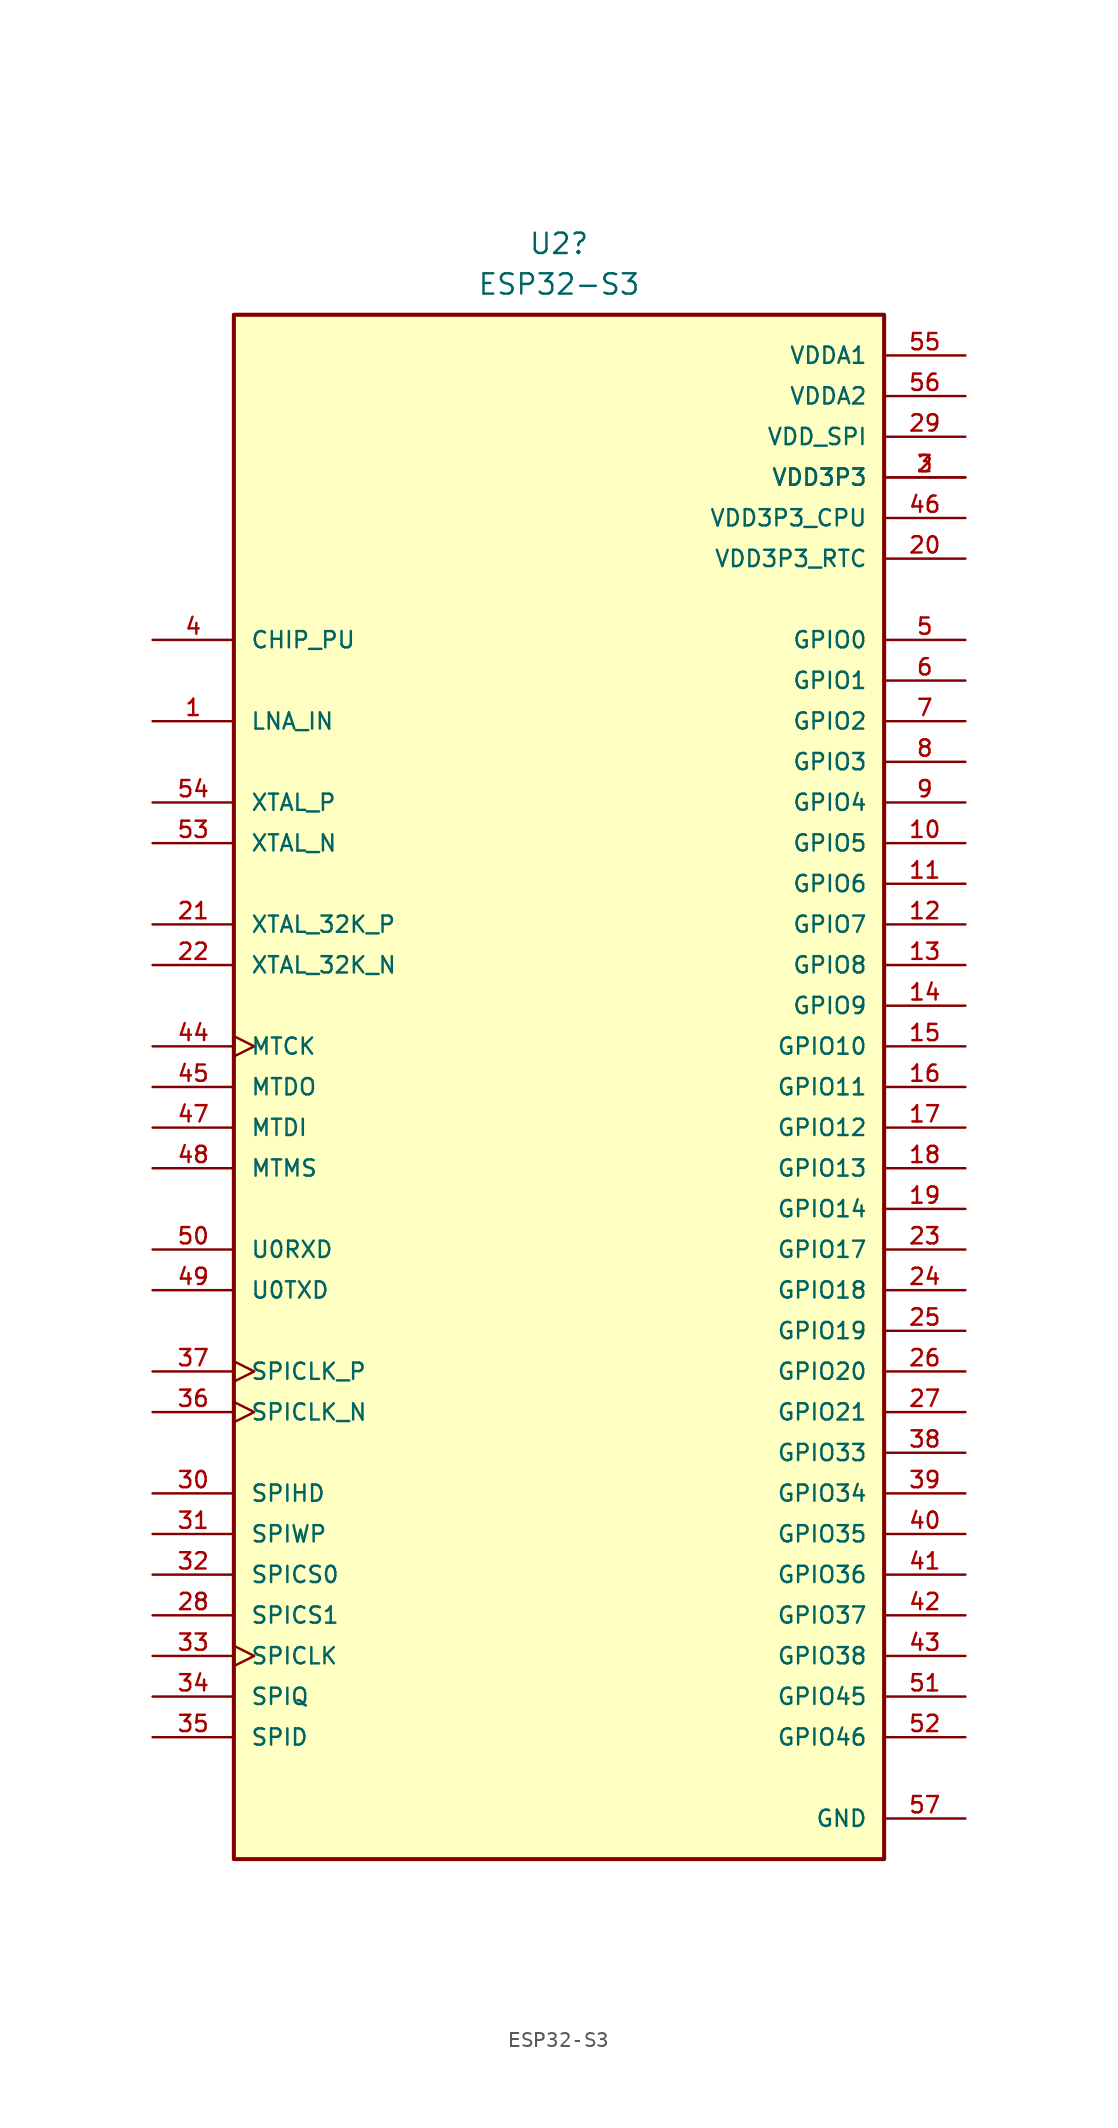
<source format=kicad_sym>
(kicad_symbol_lib
  (version 20220914)
  (generator kicad_symbol_editor)
  (symbol "ESP32-S3"
    (pin_names
      (offset 1.016))
    (property "Reference" "U2"
      (at 0 52.705 0)
      (effects (font (size 1.27 1.27))))
    (property "Value" "ESP32-S3"
      (at 0 50.165 0)
      (effects (font (size 1.27 1.27))))
    (property "ki_locked" ""
      (at 0 0 0)
      (effects (font (size 1.27 1.27))))
    (symbol "ESP32-S3_0_0"
      (rectangle (start -20.32 -48.26) (end 20.32 48.26) (stroke (width 0.254) (type solid)) (fill (type background)))
      (pin bidirectional line (at -25.4 22.86 0) (length 5.08) (name "LNA_IN" (effects (font (size 1.016 1.016)))) (number "1" (effects (font (size 1.016 1.016)))))
      (pin bidirectional line (at 25.4 15.24 180) (length 5.08) (name "GPIO5" (effects (font (size 1.016 1.016)))) (number "10" (effects (font (size 1.016 1.016)))))
      (pin bidirectional line (at 25.4 12.7 180) (length 5.08) (name "GPIO6" (effects (font (size 1.016 1.016)))) (number "11" (effects (font (size 1.016 1.016)))))
      (pin bidirectional line (at 25.4 10.16 180) (length 5.08) (name "GPIO7" (effects (font (size 1.016 1.016)))) (number "12" (effects (font (size 1.016 1.016)))))
      (pin bidirectional line (at 25.4 7.62 180) (length 5.08) (name "GPIO8" (effects (font (size 1.016 1.016)))) (number "13" (effects (font (size 1.016 1.016)))))
      (pin bidirectional line (at 25.4 5.08 180) (length 5.08) (name "GPIO9" (effects (font (size 1.016 1.016)))) (number "14" (effects (font (size 1.016 1.016)))))
      (pin bidirectional line (at 25.4 2.54 180) (length 5.08) (name "GPIO10" (effects (font (size 1.016 1.016)))) (number "15" (effects (font (size 1.016 1.016)))))
      (pin bidirectional line (at 25.4 0 180) (length 5.08) (name "GPIO11" (effects (font (size 1.016 1.016)))) (number "16" (effects (font (size 1.016 1.016)))))
      (pin bidirectional line (at 25.4 -2.54 180) (length 5.08) (name "GPIO12" (effects (font (size 1.016 1.016)))) (number "17" (effects (font (size 1.016 1.016)))))
      (pin bidirectional line (at 25.4 -5.08 180) (length 5.08) (name "GPIO13" (effects (font (size 1.016 1.016)))) (number "18" (effects (font (size 1.016 1.016)))))
      (pin bidirectional line (at 25.4 -7.62 180) (length 5.08) (name "GPIO14" (effects (font (size 1.016 1.016)))) (number "19" (effects (font (size 1.016 1.016)))))
      (pin power_in line (at 25.4 38.1 180) (length 5.08) (name "VDD3P3" (effects (font (size 1.016 1.016)))) (number "2" (effects (font (size 1.016 1.016)))))
      (pin power_in line (at 25.4 33.02 180) (length 5.08) (name "VDD3P3_RTC" (effects (font (size 1.016 1.016)))) (number "20" (effects (font (size 1.016 1.016)))))
      (pin bidirectional line (at -25.4 10.16 0) (length 5.08) (name "XTAL_32K_P" (effects (font (size 1.016 1.016)))) (number "21" (effects (font (size 1.016 1.016)))))
      (pin bidirectional line (at -25.4 7.62 0) (length 5.08) (name "XTAL_32K_N" (effects (font (size 1.016 1.016)))) (number "22" (effects (font (size 1.016 1.016)))))
      (pin bidirectional line (at 25.4 -10.16 180) (length 5.08) (name "GPIO17" (effects (font (size 1.016 1.016)))) (number "23" (effects (font (size 1.016 1.016)))))
      (pin bidirectional line (at 25.4 -12.7 180) (length 5.08) (name "GPIO18" (effects (font (size 1.016 1.016)))) (number "24" (effects (font (size 1.016 1.016)))))
      (pin bidirectional line (at 25.4 -15.24 180) (length 5.08) (name "GPIO19" (effects (font (size 1.016 1.016)))) (number "25" (effects (font (size 1.016 1.016)))))
      (pin bidirectional line (at 25.4 -17.78 180) (length 5.08) (name "GPIO20" (effects (font (size 1.016 1.016)))) (number "26" (effects (font (size 1.016 1.016)))))
      (pin bidirectional line (at 25.4 -20.32 180) (length 5.08) (name "GPIO21" (effects (font (size 1.016 1.016)))) (number "27" (effects (font (size 1.016 1.016)))))
      (pin bidirectional line (at -25.4 -33.02 0) (length 5.08) (name "SPICS1" (effects (font (size 1.016 1.016)))) (number "28" (effects (font (size 1.016 1.016)))))
      (pin power_in line (at 25.4 40.64 180) (length 5.08) (name "VDD_SPI" (effects (font (size 1.016 1.016)))) (number "29" (effects (font (size 1.016 1.016)))))
      (pin power_in line (at 25.4 38.1 180) (length 5.08) (name "VDD3P3" (effects (font (size 1.016 1.016)))) (number "3" (effects (font (size 1.016 1.016)))))
      (pin bidirectional line (at -25.4 -25.4 0) (length 5.08) (name "SPIHD" (effects (font (size 1.016 1.016)))) (number "30" (effects (font (size 1.016 1.016)))))
      (pin bidirectional line (at -25.4 -27.94 0) (length 5.08) (name "SPIWP" (effects (font (size 1.016 1.016)))) (number "31" (effects (font (size 1.016 1.016)))))
      (pin bidirectional line (at -25.4 -30.48 0) (length 5.08) (name "SPICS0" (effects (font (size 1.016 1.016)))) (number "32" (effects (font (size 1.016 1.016)))))
      (pin bidirectional clock (at -25.4 -35.56 0) (length 5.08) (name "SPICLK" (effects (font (size 1.016 1.016)))) (number "33" (effects (font (size 1.016 1.016)))))
      (pin bidirectional line (at -25.4 -38.1 0) (length 5.08) (name "SPIQ" (effects (font (size 1.016 1.016)))) (number "34" (effects (font (size 1.016 1.016)))))
      (pin bidirectional line (at -25.4 -40.64 0) (length 5.08) (name "SPID" (effects (font (size 1.016 1.016)))) (number "35" (effects (font (size 1.016 1.016)))))
      (pin bidirectional clock (at -25.4 -20.32 0) (length 5.08) (name "SPICLK_N" (effects (font (size 1.016 1.016)))) (number "36" (effects (font (size 1.016 1.016)))))
      (pin bidirectional clock (at -25.4 -17.78 0) (length 5.08) (name "SPICLK_P" (effects (font (size 1.016 1.016)))) (number "37" (effects (font (size 1.016 1.016)))))
      (pin bidirectional line (at 25.4 -22.86 180) (length 5.08) (name "GPIO33" (effects (font (size 1.016 1.016)))) (number "38" (effects (font (size 1.016 1.016)))))
      (pin bidirectional line (at 25.4 -25.4 180) (length 5.08) (name "GPIO34" (effects (font (size 1.016 1.016)))) (number "39" (effects (font (size 1.016 1.016)))))
      (pin input line (at -25.4 27.94 0) (length 5.08) (name "CHIP_PU" (effects (font (size 1.016 1.016)))) (number "4" (effects (font (size 1.016 1.016)))))
      (pin bidirectional line (at 25.4 -27.94 180) (length 5.08) (name "GPIO35" (effects (font (size 1.016 1.016)))) (number "40" (effects (font (size 1.016 1.016)))))
      (pin bidirectional line (at 25.4 -30.48 180) (length 5.08) (name "GPIO36" (effects (font (size 1.016 1.016)))) (number "41" (effects (font (size 1.016 1.016)))))
      (pin bidirectional line (at 25.4 -33.02 180) (length 5.08) (name "GPIO37" (effects (font (size 1.016 1.016)))) (number "42" (effects (font (size 1.016 1.016)))))
      (pin bidirectional line (at 25.4 -35.56 180) (length 5.08) (name "GPIO38" (effects (font (size 1.016 1.016)))) (number "43" (effects (font (size 1.016 1.016)))))
      (pin bidirectional clock (at -25.4 2.54 0) (length 5.08) (name "MTCK" (effects (font (size 1.016 1.016)))) (number "44" (effects (font (size 1.016 1.016)))))
      (pin bidirectional line (at -25.4 0 0) (length 5.08) (name "MTDO" (effects (font (size 1.016 1.016)))) (number "45" (effects (font (size 1.016 1.016)))))
      (pin power_in line (at 25.4 35.56 180) (length 5.08) (name "VDD3P3_CPU" (effects (font (size 1.016 1.016)))) (number "46" (effects (font (size 1.016 1.016)))))
      (pin bidirectional line (at -25.4 -2.54 0) (length 5.08) (name "MTDI" (effects (font (size 1.016 1.016)))) (number "47" (effects (font (size 1.016 1.016)))))
      (pin bidirectional line (at -25.4 -5.08 0) (length 5.08) (name "MTMS" (effects (font (size 1.016 1.016)))) (number "48" (effects (font (size 1.016 1.016)))))
      (pin bidirectional line (at -25.4 -12.7 0) (length 5.08) (name "U0TXD" (effects (font (size 1.016 1.016)))) (number "49" (effects (font (size 1.016 1.016)))))
      (pin bidirectional line (at 25.4 27.94 180) (length 5.08) (name "GPIO0" (effects (font (size 1.016 1.016)))) (number "5" (effects (font (size 1.016 1.016)))))
      (pin bidirectional line (at -25.4 -10.16 0) (length 5.08) (name "U0RXD" (effects (font (size 1.016 1.016)))) (number "50" (effects (font (size 1.016 1.016)))))
      (pin bidirectional line (at 25.4 -38.1 180) (length 5.08) (name "GPIO45" (effects (font (size 1.016 1.016)))) (number "51" (effects (font (size 1.016 1.016)))))
      (pin bidirectional line (at 25.4 -40.64 180) (length 5.08) (name "GPIO46" (effects (font (size 1.016 1.016)))) (number "52" (effects (font (size 1.016 1.016)))))
      (pin output line (at -25.4 15.24 0) (length 5.08) (name "XTAL_N" (effects (font (size 1.016 1.016)))) (number "53" (effects (font (size 1.016 1.016)))))
      (pin input line (at -25.4 17.78 0) (length 5.08) (name "XTAL_P" (effects (font (size 1.016 1.016)))) (number "54" (effects (font (size 1.016 1.016)))))
      (pin power_in line (at 25.4 45.72 180) (length 5.08) (name "VDDA1" (effects (font (size 1.016 1.016)))) (number "55" (effects (font (size 1.016 1.016)))))
      (pin power_in line (at 25.4 43.18 180) (length 5.08) (name "VDDA2" (effects (font (size 1.016 1.016)))) (number "56" (effects (font (size 1.016 1.016)))))
      (pin power_in line (at 25.4 -45.72 180) (length 5.08) (name "GND" (effects (font (size 1.016 1.016)))) (number "57" (effects (font (size 1.016 1.016)))))
      (pin bidirectional line (at 25.4 25.4 180) (length 5.08) (name "GPIO1" (effects (font (size 1.016 1.016)))) (number "6" (effects (font (size 1.016 1.016)))))
      (pin bidirectional line (at 25.4 22.86 180) (length 5.08) (name "GPIO2" (effects (font (size 1.016 1.016)))) (number "7" (effects (font (size 1.016 1.016)))))
      (pin bidirectional line (at 25.4 20.32 180) (length 5.08) (name "GPIO3" (effects (font (size 1.016 1.016)))) (number "8" (effects (font (size 1.016 1.016)))))
      (pin bidirectional line (at 25.4 17.78 180) (length 5.08) (name "GPIO4" (effects (font (size 1.016 1.016)))) (number "9" (effects (font (size 1.016 1.016))))))))
</source>
